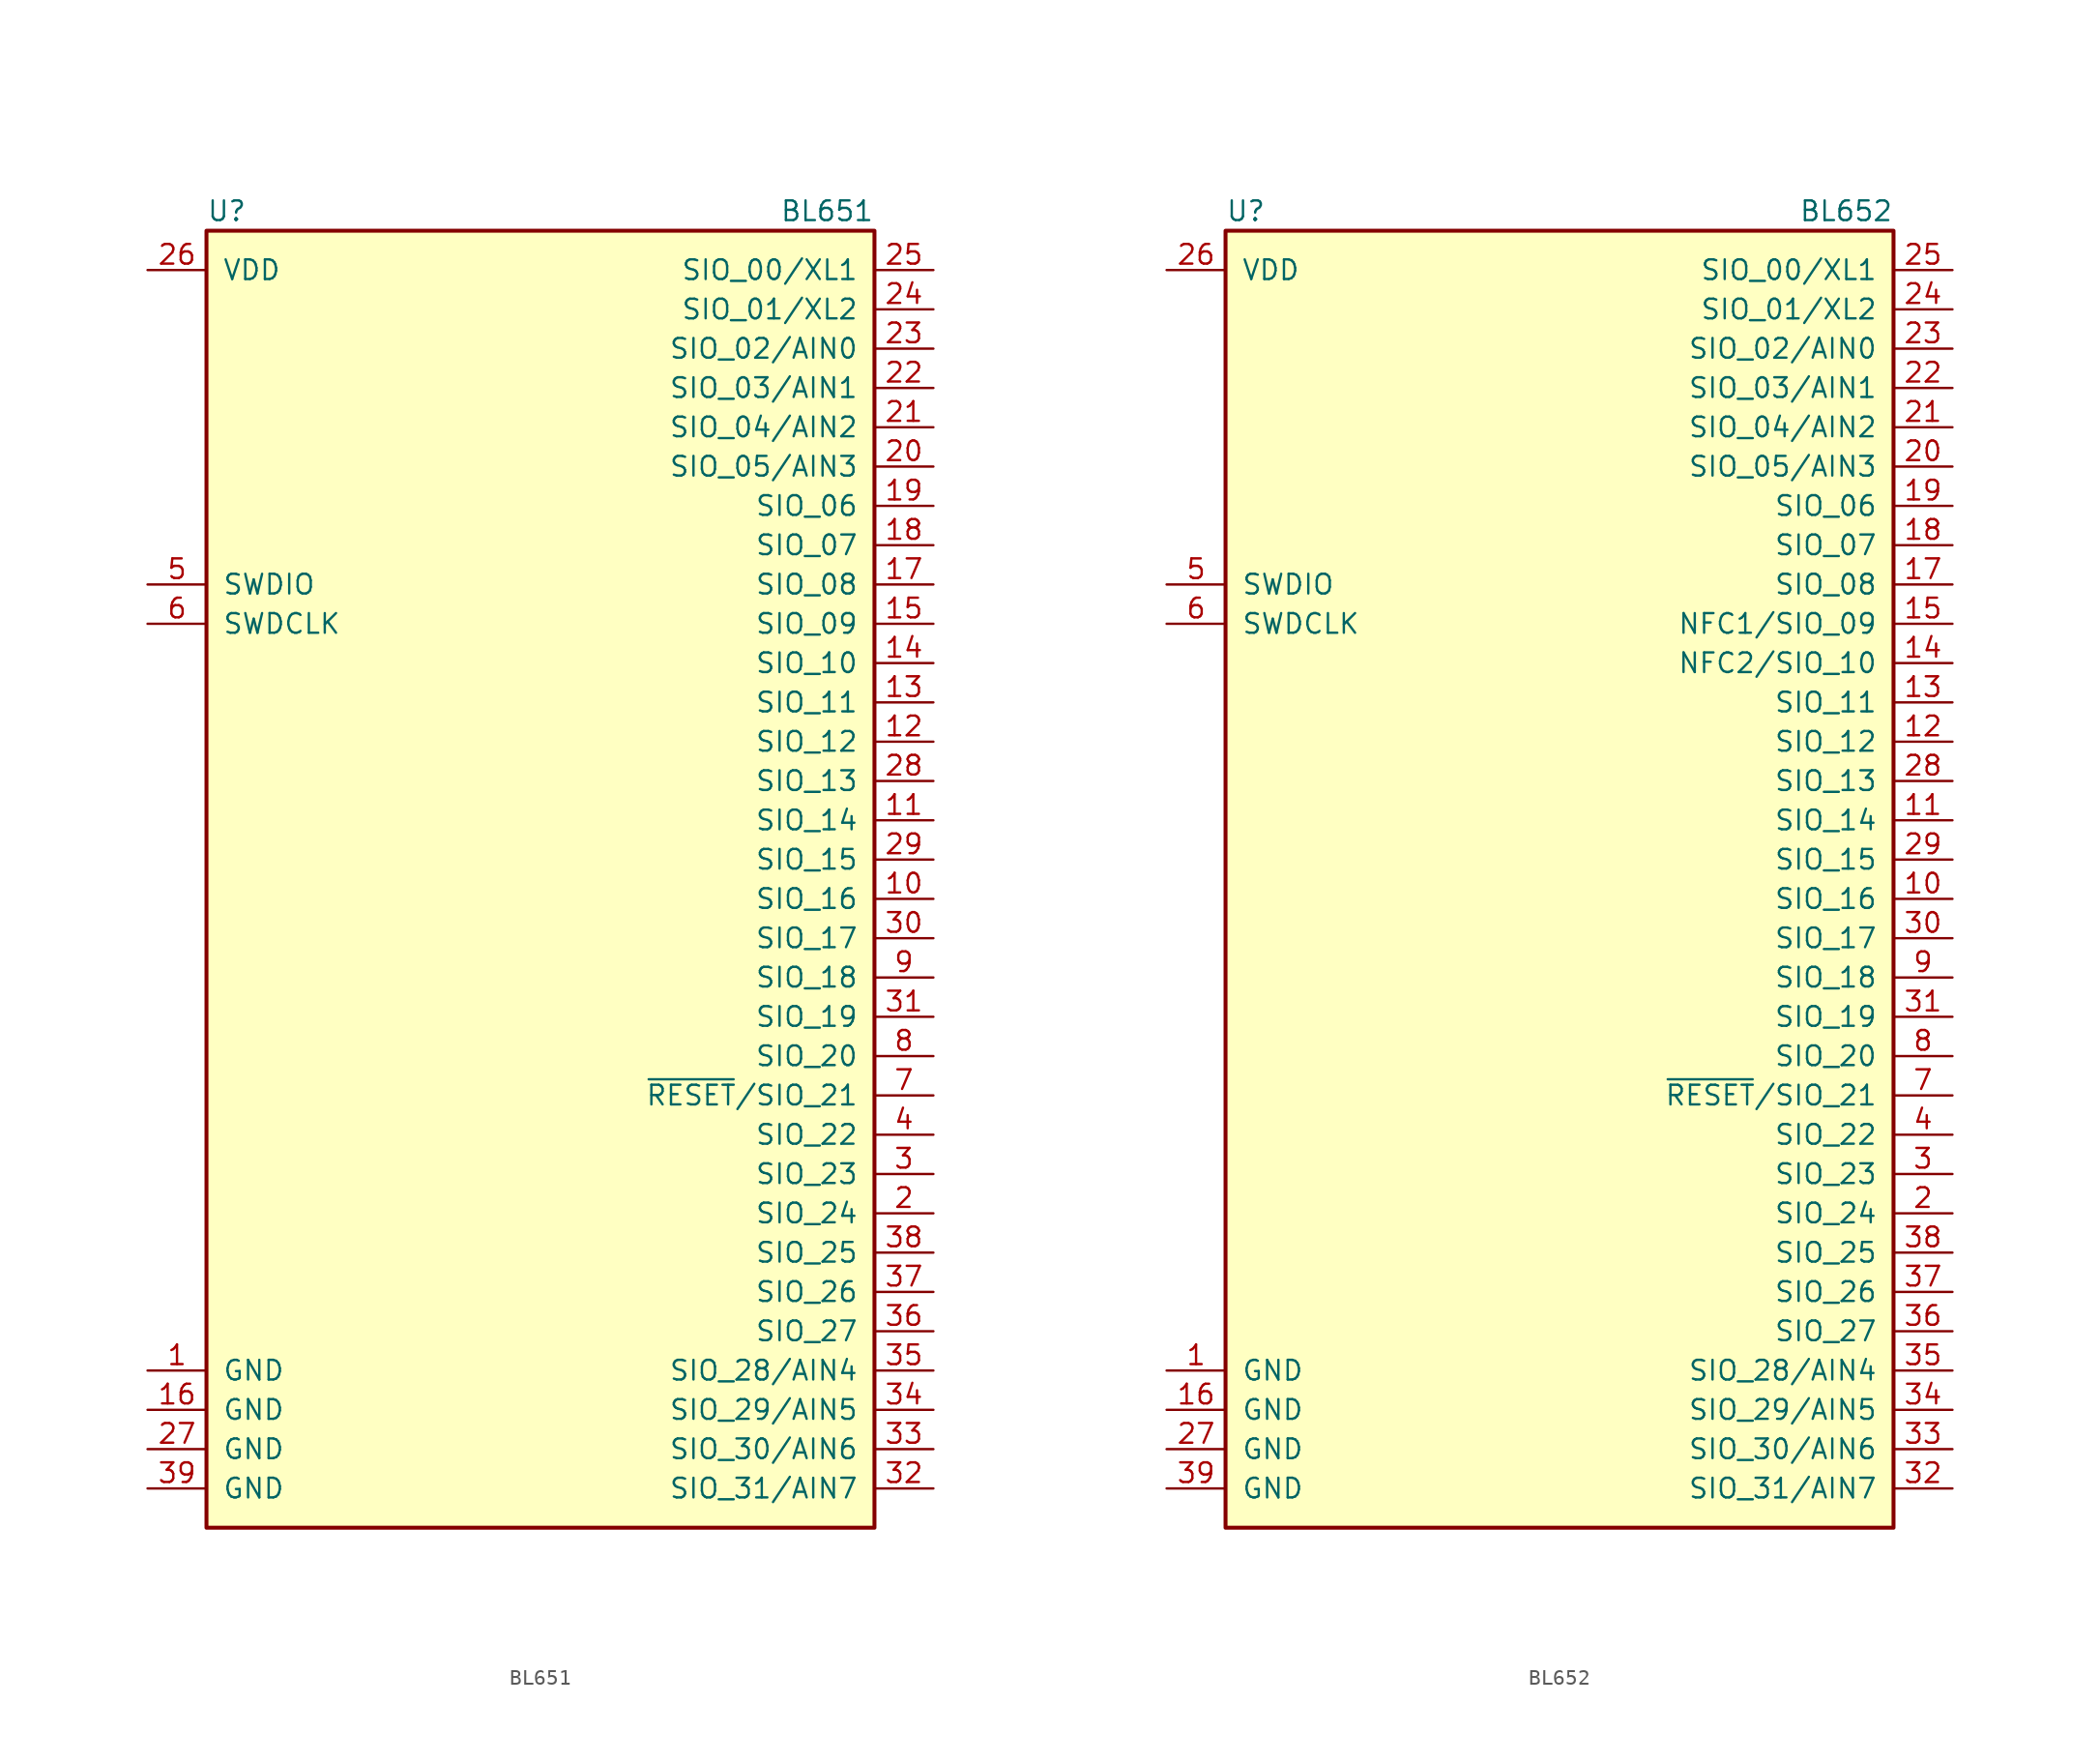
<source format=kicad_sym>
(kicad_symbol_lib
  (version 20211014)
  (generator kicad_symbol_editor)
  (symbol "BL651"
    (pin_names
      (offset 1.016))
    (property "Reference" "U"
      (at -21.59 41.91 0)
      (effects (font (size 1.27 1.27)) (justify left)))
    (property "Value" "BL651"
      (at 21.59 41.91 0)
      (effects (font (size 1.27 1.27)) (justify right)))
    (symbol "BL651_0_1"
      (rectangle (start 21.59 40.64) (end -21.59 -43.18) (stroke (width 0.254) (type default) (color 0 0 0 0)) (fill (type background))))
    (symbol "BL651_1_1"
      (pin power_in line (at -25.4 -33.02 0) (length 3.81) (name "GND" (effects (font (size 1.27 1.27)))) (number "1" (effects (font (size 1.27 1.27)))))
      (pin bidirectional line (at 25.4 -2.54 180) (length 3.81) (name "SIO_16" (effects (font (size 1.27 1.27)))) (number "10" (effects (font (size 1.27 1.27)))))
      (pin bidirectional line (at 25.4 2.54 180) (length 3.81) (name "SIO_14" (effects (font (size 1.27 1.27)))) (number "11" (effects (font (size 1.27 1.27)))))
      (pin bidirectional line (at 25.4 7.62 180) (length 3.81) (name "SIO_12" (effects (font (size 1.27 1.27)))) (number "12" (effects (font (size 1.27 1.27)))))
      (pin bidirectional line (at 25.4 10.16 180) (length 3.81) (name "SIO_11" (effects (font (size 1.27 1.27)))) (number "13" (effects (font (size 1.27 1.27)))))
      (pin bidirectional line (at 25.4 12.7 180) (length 3.81) (name "SIO_10" (effects (font (size 1.27 1.27)))) (number "14" (effects (font (size 1.27 1.27)))))
      (pin bidirectional line (at 25.4 15.24 180) (length 3.81) (name "SIO_09" (effects (font (size 1.27 1.27)))) (number "15" (effects (font (size 1.27 1.27)))))
      (pin power_in line (at -25.4 -35.56 0) (length 3.81) (name "GND" (effects (font (size 1.27 1.27)))) (number "16" (effects (font (size 1.27 1.27)))))
      (pin bidirectional line (at 25.4 17.78 180) (length 3.81) (name "SIO_08" (effects (font (size 1.27 1.27)))) (number "17" (effects (font (size 1.27 1.27)))))
      (pin bidirectional line (at 25.4 20.32 180) (length 3.81) (name "SIO_07" (effects (font (size 1.27 1.27)))) (number "18" (effects (font (size 1.27 1.27)))))
      (pin bidirectional line (at 25.4 22.86 180) (length 3.81) (name "SIO_06" (effects (font (size 1.27 1.27)))) (number "19" (effects (font (size 1.27 1.27)))))
      (pin bidirectional line (at 25.4 -22.86 180) (length 3.81) (name "SIO_24" (effects (font (size 1.27 1.27)))) (number "2" (effects (font (size 1.27 1.27)))))
      (pin bidirectional line (at 25.4 25.4 180) (length 3.81) (name "SIO_05/AIN3" (effects (font (size 1.27 1.27)))) (number "20" (effects (font (size 1.27 1.27)))))
      (pin bidirectional line (at 25.4 27.94 180) (length 3.81) (name "SIO_04/AIN2" (effects (font (size 1.27 1.27)))) (number "21" (effects (font (size 1.27 1.27)))))
      (pin bidirectional line (at 25.4 30.48 180) (length 3.81) (name "SIO_03/AIN1" (effects (font (size 1.27 1.27)))) (number "22" (effects (font (size 1.27 1.27)))))
      (pin bidirectional line (at 25.4 33.02 180) (length 3.81) (name "SIO_02/AIN0" (effects (font (size 1.27 1.27)))) (number "23" (effects (font (size 1.27 1.27)))))
      (pin bidirectional line (at 25.4 35.56 180) (length 3.81) (name "SIO_01/XL2" (effects (font (size 1.27 1.27)))) (number "24" (effects (font (size 1.27 1.27)))))
      (pin bidirectional line (at 25.4 38.1 180) (length 3.81) (name "SIO_00/XL1" (effects (font (size 1.27 1.27)))) (number "25" (effects (font (size 1.27 1.27)))))
      (pin power_in line (at -25.4 38.1 0) (length 3.81) (name "VDD" (effects (font (size 1.27 1.27)))) (number "26" (effects (font (size 1.27 1.27)))))
      (pin power_in line (at -25.4 -38.1 0) (length 3.81) (name "GND" (effects (font (size 1.27 1.27)))) (number "27" (effects (font (size 1.27 1.27)))))
      (pin bidirectional line (at 25.4 5.08 180) (length 3.81) (name "SIO_13" (effects (font (size 1.27 1.27)))) (number "28" (effects (font (size 1.27 1.27)))))
      (pin bidirectional line (at 25.4 0 180) (length 3.81) (name "SIO_15" (effects (font (size 1.27 1.27)))) (number "29" (effects (font (size 1.27 1.27)))))
      (pin bidirectional line (at 25.4 -20.32 180) (length 3.81) (name "SIO_23" (effects (font (size 1.27 1.27)))) (number "3" (effects (font (size 1.27 1.27)))))
      (pin bidirectional line (at 25.4 -5.08 180) (length 3.81) (name "SIO_17" (effects (font (size 1.27 1.27)))) (number "30" (effects (font (size 1.27 1.27)))))
      (pin bidirectional line (at 25.4 -10.16 180) (length 3.81) (name "SIO_19" (effects (font (size 1.27 1.27)))) (number "31" (effects (font (size 1.27 1.27)))))
      (pin bidirectional line (at 25.4 -40.64 180) (length 3.81) (name "SIO_31/AIN7" (effects (font (size 1.27 1.27)))) (number "32" (effects (font (size 1.27 1.27)))))
      (pin bidirectional line (at 25.4 -38.1 180) (length 3.81) (name "SIO_30/AIN6" (effects (font (size 1.27 1.27)))) (number "33" (effects (font (size 1.27 1.27)))))
      (pin bidirectional line (at 25.4 -35.56 180) (length 3.81) (name "SIO_29/AIN5" (effects (font (size 1.27 1.27)))) (number "34" (effects (font (size 1.27 1.27)))))
      (pin bidirectional line (at 25.4 -33.02 180) (length 3.81) (name "SIO_28/AIN4" (effects (font (size 1.27 1.27)))) (number "35" (effects (font (size 1.27 1.27)))))
      (pin bidirectional line (at 25.4 -30.48 180) (length 3.81) (name "SIO_27" (effects (font (size 1.27 1.27)))) (number "36" (effects (font (size 1.27 1.27)))))
      (pin bidirectional line (at 25.4 -27.94 180) (length 3.81) (name "SIO_26" (effects (font (size 1.27 1.27)))) (number "37" (effects (font (size 1.27 1.27)))))
      (pin bidirectional line (at 25.4 -25.4 180) (length 3.81) (name "SIO_25" (effects (font (size 1.27 1.27)))) (number "38" (effects (font (size 1.27 1.27)))))
      (pin power_in line (at -25.4 -40.64 0) (length 3.81) (name "GND" (effects (font (size 1.27 1.27)))) (number "39" (effects (font (size 1.27 1.27)))))
      (pin bidirectional line (at 25.4 -17.78 180) (length 3.81) (name "SIO_22" (effects (font (size 1.27 1.27)))) (number "4" (effects (font (size 1.27 1.27)))))
      (pin bidirectional line (at -25.4 17.78 0) (length 3.81) (name "SWDIO" (effects (font (size 1.27 1.27)))) (number "5" (effects (font (size 1.27 1.27)))))
      (pin input line (at -25.4 15.24 0) (length 3.81) (name "SWDCLK" (effects (font (size 1.27 1.27)))) (number "6" (effects (font (size 1.27 1.27)))))
      (pin bidirectional line (at 25.4 -15.24 180) (length 3.81) (name "~{RESET}/SIO_21" (effects (font (size 1.27 1.27)))) (number "7" (effects (font (size 1.27 1.27)))))
      (pin bidirectional line (at 25.4 -12.7 180) (length 3.81) (name "SIO_20" (effects (font (size 1.27 1.27)))) (number "8" (effects (font (size 1.27 1.27)))))
      (pin bidirectional line (at 25.4 -7.62 180) (length 3.81) (name "SIO_18" (effects (font (size 1.27 1.27)))) (number "9" (effects (font (size 1.27 1.27)))))))
  (symbol "BL652"
    (pin_names
      (offset 1.016))
    (property "Reference" "U"
      (at -21.59 41.91 0)
      (effects (font (size 1.27 1.27)) (justify left)))
    (property "Value" "BL652"
      (at 21.59 41.91 0)
      (effects (font (size 1.27 1.27)) (justify right)))
    (symbol "BL652_0_1"
      (rectangle (start 21.59 40.64) (end -21.59 -43.18) (stroke (width 0.254) (type default) (color 0 0 0 0)) (fill (type background))))
    (symbol "BL652_1_1"
      (pin power_in line (at -25.4 -33.02 0) (length 3.81) (name "GND" (effects (font (size 1.27 1.27)))) (number "1" (effects (font (size 1.27 1.27)))))
      (pin bidirectional line (at 25.4 -2.54 180) (length 3.81) (name "SIO_16" (effects (font (size 1.27 1.27)))) (number "10" (effects (font (size 1.27 1.27)))))
      (pin bidirectional line (at 25.4 2.54 180) (length 3.81) (name "SIO_14" (effects (font (size 1.27 1.27)))) (number "11" (effects (font (size 1.27 1.27)))))
      (pin bidirectional line (at 25.4 7.62 180) (length 3.81) (name "SIO_12" (effects (font (size 1.27 1.27)))) (number "12" (effects (font (size 1.27 1.27)))))
      (pin bidirectional line (at 25.4 10.16 180) (length 3.81) (name "SIO_11" (effects (font (size 1.27 1.27)))) (number "13" (effects (font (size 1.27 1.27)))))
      (pin bidirectional line (at 25.4 12.7 180) (length 3.81) (name "NFC2/SIO_10" (effects (font (size 1.27 1.27)))) (number "14" (effects (font (size 1.27 1.27)))))
      (pin bidirectional line (at 25.4 15.24 180) (length 3.81) (name "NFC1/SIO_09" (effects (font (size 1.27 1.27)))) (number "15" (effects (font (size 1.27 1.27)))))
      (pin power_in line (at -25.4 -35.56 0) (length 3.81) (name "GND" (effects (font (size 1.27 1.27)))) (number "16" (effects (font (size 1.27 1.27)))))
      (pin bidirectional line (at 25.4 17.78 180) (length 3.81) (name "SIO_08" (effects (font (size 1.27 1.27)))) (number "17" (effects (font (size 1.27 1.27)))))
      (pin bidirectional line (at 25.4 20.32 180) (length 3.81) (name "SIO_07" (effects (font (size 1.27 1.27)))) (number "18" (effects (font (size 1.27 1.27)))))
      (pin bidirectional line (at 25.4 22.86 180) (length 3.81) (name "SIO_06" (effects (font (size 1.27 1.27)))) (number "19" (effects (font (size 1.27 1.27)))))
      (pin bidirectional line (at 25.4 -22.86 180) (length 3.81) (name "SIO_24" (effects (font (size 1.27 1.27)))) (number "2" (effects (font (size 1.27 1.27)))))
      (pin bidirectional line (at 25.4 25.4 180) (length 3.81) (name "SIO_05/AIN3" (effects (font (size 1.27 1.27)))) (number "20" (effects (font (size 1.27 1.27)))))
      (pin bidirectional line (at 25.4 27.94 180) (length 3.81) (name "SIO_04/AIN2" (effects (font (size 1.27 1.27)))) (number "21" (effects (font (size 1.27 1.27)))))
      (pin bidirectional line (at 25.4 30.48 180) (length 3.81) (name "SIO_03/AIN1" (effects (font (size 1.27 1.27)))) (number "22" (effects (font (size 1.27 1.27)))))
      (pin bidirectional line (at 25.4 33.02 180) (length 3.81) (name "SIO_02/AIN0" (effects (font (size 1.27 1.27)))) (number "23" (effects (font (size 1.27 1.27)))))
      (pin bidirectional line (at 25.4 35.56 180) (length 3.81) (name "SIO_01/XL2" (effects (font (size 1.27 1.27)))) (number "24" (effects (font (size 1.27 1.27)))))
      (pin bidirectional line (at 25.4 38.1 180) (length 3.81) (name "SIO_00/XL1" (effects (font (size 1.27 1.27)))) (number "25" (effects (font (size 1.27 1.27)))))
      (pin power_in line (at -25.4 38.1 0) (length 3.81) (name "VDD" (effects (font (size 1.27 1.27)))) (number "26" (effects (font (size 1.27 1.27)))))
      (pin power_in line (at -25.4 -38.1 0) (length 3.81) (name "GND" (effects (font (size 1.27 1.27)))) (number "27" (effects (font (size 1.27 1.27)))))
      (pin bidirectional line (at 25.4 5.08 180) (length 3.81) (name "SIO_13" (effects (font (size 1.27 1.27)))) (number "28" (effects (font (size 1.27 1.27)))))
      (pin bidirectional line (at 25.4 0 180) (length 3.81) (name "SIO_15" (effects (font (size 1.27 1.27)))) (number "29" (effects (font (size 1.27 1.27)))))
      (pin bidirectional line (at 25.4 -20.32 180) (length 3.81) (name "SIO_23" (effects (font (size 1.27 1.27)))) (number "3" (effects (font (size 1.27 1.27)))))
      (pin bidirectional line (at 25.4 -5.08 180) (length 3.81) (name "SIO_17" (effects (font (size 1.27 1.27)))) (number "30" (effects (font (size 1.27 1.27)))))
      (pin bidirectional line (at 25.4 -10.16 180) (length 3.81) (name "SIO_19" (effects (font (size 1.27 1.27)))) (number "31" (effects (font (size 1.27 1.27)))))
      (pin bidirectional line (at 25.4 -40.64 180) (length 3.81) (name "SIO_31/AIN7" (effects (font (size 1.27 1.27)))) (number "32" (effects (font (size 1.27 1.27)))))
      (pin bidirectional line (at 25.4 -38.1 180) (length 3.81) (name "SIO_30/AIN6" (effects (font (size 1.27 1.27)))) (number "33" (effects (font (size 1.27 1.27)))))
      (pin bidirectional line (at 25.4 -35.56 180) (length 3.81) (name "SIO_29/AIN5" (effects (font (size 1.27 1.27)))) (number "34" (effects (font (size 1.27 1.27)))))
      (pin bidirectional line (at 25.4 -33.02 180) (length 3.81) (name "SIO_28/AIN4" (effects (font (size 1.27 1.27)))) (number "35" (effects (font (size 1.27 1.27)))))
      (pin bidirectional line (at 25.4 -30.48 180) (length 3.81) (name "SIO_27" (effects (font (size 1.27 1.27)))) (number "36" (effects (font (size 1.27 1.27)))))
      (pin bidirectional line (at 25.4 -27.94 180) (length 3.81) (name "SIO_26" (effects (font (size 1.27 1.27)))) (number "37" (effects (font (size 1.27 1.27)))))
      (pin bidirectional line (at 25.4 -25.4 180) (length 3.81) (name "SIO_25" (effects (font (size 1.27 1.27)))) (number "38" (effects (font (size 1.27 1.27)))))
      (pin power_in line (at -25.4 -40.64 0) (length 3.81) (name "GND" (effects (font (size 1.27 1.27)))) (number "39" (effects (font (size 1.27 1.27)))))
      (pin bidirectional line (at 25.4 -17.78 180) (length 3.81) (name "SIO_22" (effects (font (size 1.27 1.27)))) (number "4" (effects (font (size 1.27 1.27)))))
      (pin bidirectional line (at -25.4 17.78 0) (length 3.81) (name "SWDIO" (effects (font (size 1.27 1.27)))) (number "5" (effects (font (size 1.27 1.27)))))
      (pin input line (at -25.4 15.24 0) (length 3.81) (name "SWDCLK" (effects (font (size 1.27 1.27)))) (number "6" (effects (font (size 1.27 1.27)))))
      (pin bidirectional line (at 25.4 -15.24 180) (length 3.81) (name "~{RESET}/SIO_21" (effects (font (size 1.27 1.27)))) (number "7" (effects (font (size 1.27 1.27)))))
      (pin bidirectional line (at 25.4 -12.7 180) (length 3.81) (name "SIO_20" (effects (font (size 1.27 1.27)))) (number "8" (effects (font (size 1.27 1.27)))))
      (pin bidirectional line (at 25.4 -7.62 180) (length 3.81) (name "SIO_18" (effects (font (size 1.27 1.27)))) (number "9" (effects (font (size 1.27 1.27))))))))
</source>
